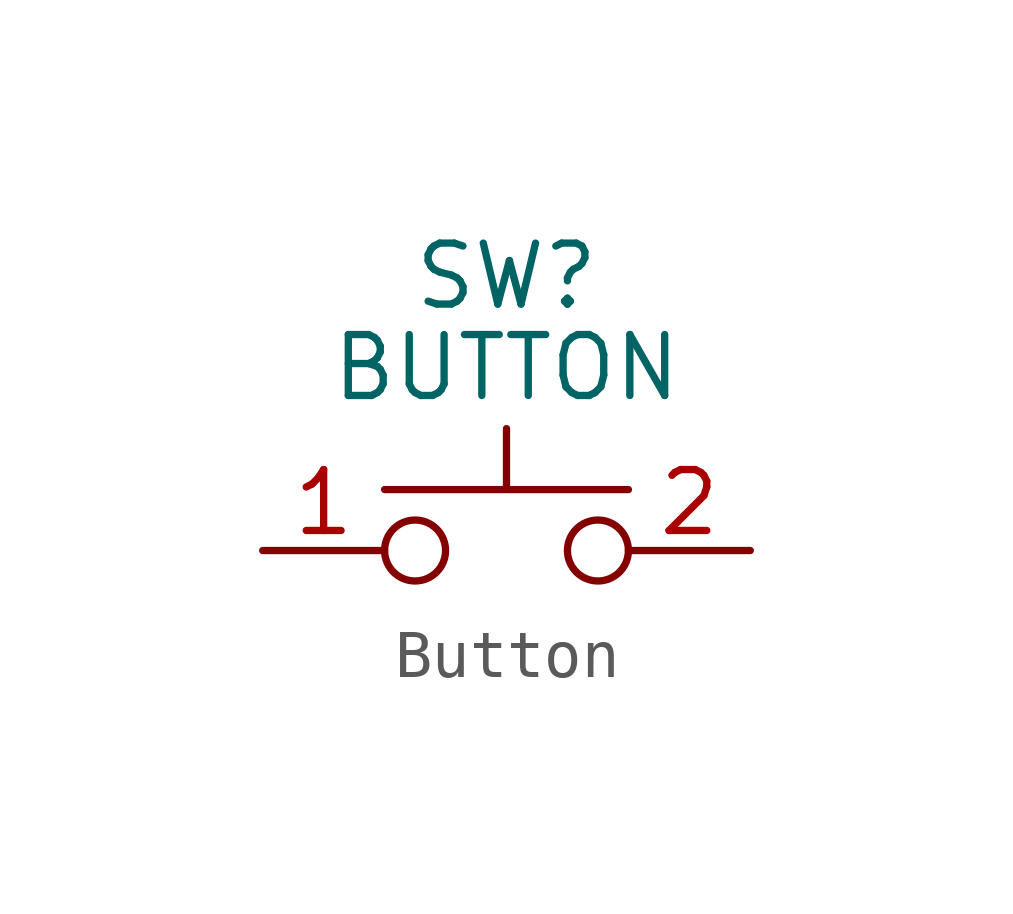
<source format=kicad_sym>
(kicad_symbol_lib
  (version 20231120)
  (generator "kicad_symbol_editor")
  (generator_version "8.0")
  (symbol "Button"
    (property "Reference" "SW"
      (at 0 5.715 0)
      (effects (font (size 1.27 1.27))))
    (property "Value" "BUTTON"
      (at 0 3.81 0)
      (effects (font (size 1.27 1.27))))
    (symbol "Button_0_1"
      (circle (center -1.905 0) (radius 0.635) (stroke (width 0) (type default)) (fill (type none)))
      (polyline (pts (xy -2.54 1.27) (xy 2.54 1.27) (xy 0 1.27) (xy 0 2.54)) (stroke (width 0) (type default)) (fill (type none)))
      (circle (center 1.905 0) (radius 0.635) (stroke (width 0) (type default)) (fill (type none)))
      (pin passive line (at -5.08 0 0) (length 2.54) (name "" (effects (font (size 1.27 1.27)))) (number "1" (effects (font (size 1.27 1.27)))))
      (pin passive line (at 5.08 0 180) (length 2.54) (name "" (effects (font (size 1.27 1.27)))) (number "2" (effects (font (size 1.27 1.27))))))))
</source>
